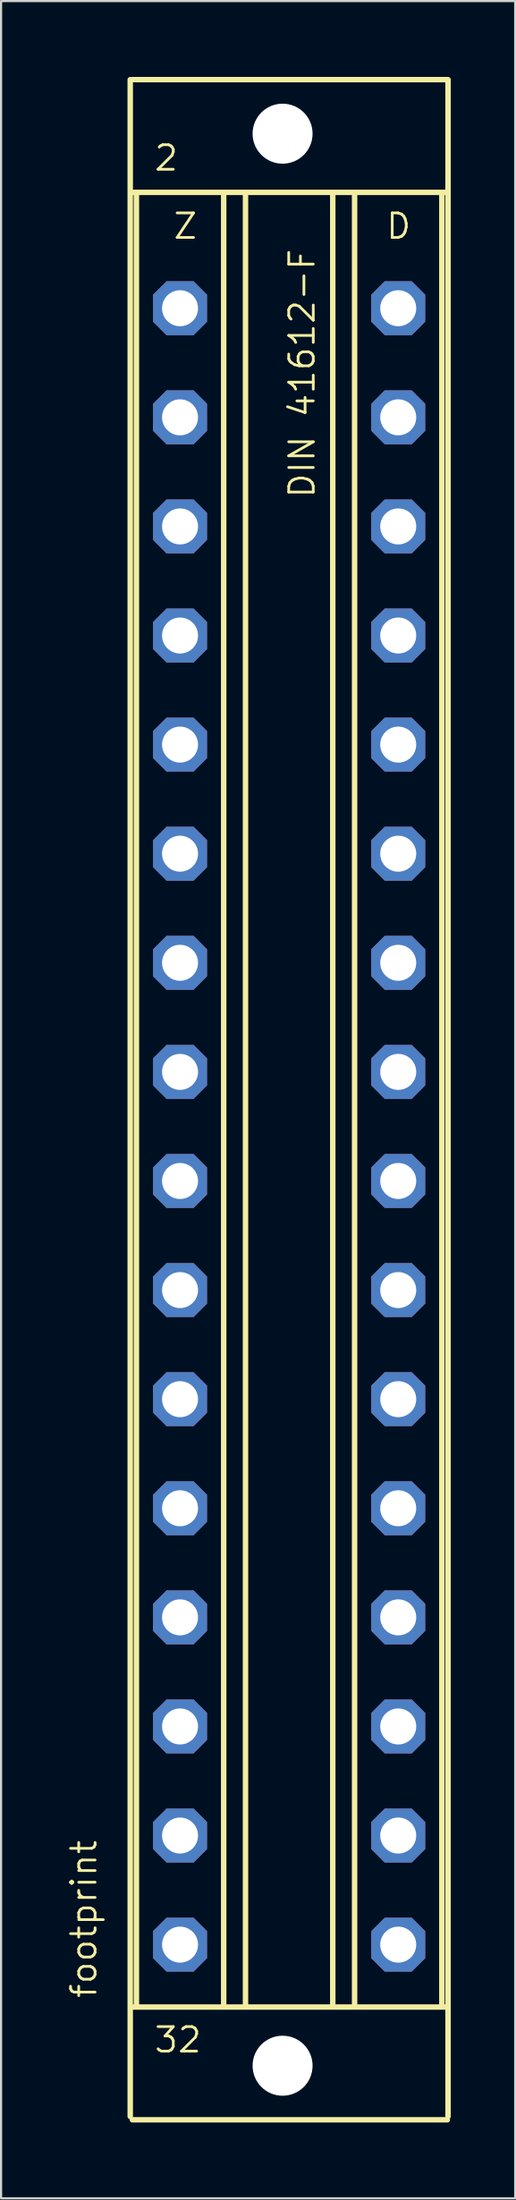
<source format=kicad_pcb>
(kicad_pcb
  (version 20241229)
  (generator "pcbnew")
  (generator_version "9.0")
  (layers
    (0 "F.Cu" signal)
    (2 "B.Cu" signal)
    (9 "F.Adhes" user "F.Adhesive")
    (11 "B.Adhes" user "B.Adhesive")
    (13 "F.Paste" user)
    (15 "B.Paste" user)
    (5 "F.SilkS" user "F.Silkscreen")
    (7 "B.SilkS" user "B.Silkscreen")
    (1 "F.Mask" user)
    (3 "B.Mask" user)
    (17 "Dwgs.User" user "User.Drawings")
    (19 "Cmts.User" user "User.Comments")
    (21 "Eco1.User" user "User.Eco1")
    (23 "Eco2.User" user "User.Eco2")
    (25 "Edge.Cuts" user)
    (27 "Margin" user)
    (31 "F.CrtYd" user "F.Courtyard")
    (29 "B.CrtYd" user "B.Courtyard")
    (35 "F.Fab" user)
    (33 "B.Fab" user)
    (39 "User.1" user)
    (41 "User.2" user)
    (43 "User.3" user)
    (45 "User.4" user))
  (footprint "footprint"
    (layer "F.Cu")
    (at 10.414 48.158)
    (property "Reference" "footprint" (at -8.89 41.91 90) (layer "F.SilkS") (effects (font (size 1.143 1.143) (thickness 0.127)) (justify left bottom)))
    (fp_line (start -7.4 47.346) (end -7.4 -47.498) (stroke (width 0.254) (type solid)) (layer "F.SilkS"))
    (fp_line (start -7.3 -47.5) (end 7.366 -47.5) (stroke (width 0.254) (type solid)) (layer "F.SilkS"))
    (fp_line (start -7.3 -42.25) (end 7.366 -42.25) (stroke (width 0.254) (type solid)) (layer "F.SilkS"))
    (fp_line (start -7.3 42.25) (end 7.366 42.25) (stroke (width 0.254) (type solid)) (layer "F.SilkS"))
    (fp_line (start -7.3 47.5) (end 7.366 47.5) (stroke (width 0.254) (type solid)) (layer "F.SilkS"))
    (fp_line (start -7.112 -42.164) (end -7.112 42.164) (stroke (width 0.254) (type solid)) (layer "F.SilkS"))
    (fp_line (start -3.048 -42.164) (end -3.048 42.164) (stroke (width 0.254) (type solid)) (layer "F.SilkS"))
    (fp_line (start -2.032 -42.164) (end -2.032 42.164) (stroke (width 0.254) (type solid)) (layer "F.SilkS"))
    (fp_line (start 2.032 -42.164) (end 2.032 42.164) (stroke (width 0.254) (type solid)) (layer "F.SilkS"))
    (fp_line (start 3.048 -42.164) (end 3.048 42.164) (stroke (width 0.254) (type solid)) (layer "F.SilkS"))
    (fp_line (start 7.112 -42.164) (end 7.112 42.164) (stroke (width 0.254) (type solid)) (layer "F.SilkS"))
    (fp_line (start 7.4 47.346) (end 7.4 -47.498) (stroke (width 0.254) (type solid)) (layer "F.SilkS"))
    (fp_text user "Z" (at -5.461 -40.005 0) (layer "F.SilkS") (effects (font (size 1.143 1.143) (thickness 0.127)) (justify left bottom)))
    (fp_text user "32" (at -6.35 44.45 0) (layer "F.SilkS") (effects (font (size 1.143 1.143) (thickness 0.127)) (justify left bottom)))
    (fp_text user "D" (at 4.445 -40.005 0) (layer "F.SilkS") (effects (font (size 1.143 1.143) (thickness 0.127)) (justify left bottom)))
    (fp_text user "2" (at -6.35 -43.18 0) (layer "F.SilkS") (effects (font (size 1.143 1.143) (thickness 0.127)) (justify left bottom)))
    (fp_text user "DIN 41612-F" (at 1.27 -27.94 90) (layer "F.SilkS") (effects (font (size 1.143 1.143) (thickness 0.127)) (justify left bottom)))
    (pad "" np_thru_hole circle (at -0.305 -44.983) (size 2.794 2.794) (drill 2.794) (layers "*.Cu" "*.Mask"))
    (pad "" np_thru_hole circle (at -0.305 44.983) (size 2.794 2.794) (drill 2.794) (layers "*.Cu" "*.Mask"))
    (pad "D2" thru_hole roundrect (at 5.08 -36.855) (size 2.515 2.515) (drill 1.676) (layers "*.Cu" "*.Mask") (roundrect_rratio 0.25) (chamfer_ratio 0.25) (chamfer top_left top_right bottom_left bottom_right))
    (pad "D4" thru_hole roundrect (at 5.08 -31.775) (size 2.515 2.515) (drill 1.676) (layers "*.Cu" "*.Mask") (roundrect_rratio 0.25) (chamfer_ratio 0.25) (chamfer top_left top_right bottom_left bottom_right))
    (pad "D6" thru_hole roundrect (at 5.08 -26.695) (size 2.515 2.515) (drill 1.676) (layers "*.Cu" "*.Mask") (roundrect_rratio 0.25) (chamfer_ratio 0.25) (chamfer top_left top_right bottom_left bottom_right))
    (pad "D8" thru_hole roundrect (at 5.08 -21.615) (size 2.515 2.515) (drill 1.676) (layers "*.Cu" "*.Mask") (roundrect_rratio 0.25) (chamfer_ratio 0.25) (chamfer top_left top_right bottom_left bottom_right))
    (pad "D10" thru_hole roundrect (at 5.08 -16.535) (size 2.515 2.515) (drill 1.676) (layers "*.Cu" "*.Mask") (roundrect_rratio 0.25) (chamfer_ratio 0.25) (chamfer top_left top_right bottom_left bottom_right))
    (pad "D12" thru_hole roundrect (at 5.08 -11.455) (size 2.515 2.515) (drill 1.676) (layers "*.Cu" "*.Mask") (roundrect_rratio 0.25) (chamfer_ratio 0.25) (chamfer top_left top_right bottom_left bottom_right))
    (pad "D14" thru_hole roundrect (at 5.08 -6.375) (size 2.515 2.515) (drill 1.676) (layers "*.Cu" "*.Mask") (roundrect_rratio 0.25) (chamfer_ratio 0.25) (chamfer top_left top_right bottom_left bottom_right))
    (pad "D16" thru_hole roundrect (at 5.08 -1.295) (size 2.515 2.515) (drill 1.676) (layers "*.Cu" "*.Mask") (roundrect_rratio 0.25) (chamfer_ratio 0.25) (chamfer top_left top_right bottom_left bottom_right))
    (pad "D18" thru_hole roundrect (at 5.08 3.785) (size 2.515 2.515) (drill 1.676) (layers "*.Cu" "*.Mask") (roundrect_rratio 0.25) (chamfer_ratio 0.25) (chamfer top_left top_right bottom_left bottom_right))
    (pad "D20" thru_hole roundrect (at 5.08 8.865) (size 2.515 2.515) (drill 1.676) (layers "*.Cu" "*.Mask") (roundrect_rratio 0.25) (chamfer_ratio 0.25) (chamfer top_left top_right bottom_left bottom_right))
    (pad "D22" thru_hole roundrect (at 5.08 13.945) (size 2.515 2.515) (drill 1.676) (layers "*.Cu" "*.Mask") (roundrect_rratio 0.25) (chamfer_ratio 0.25) (chamfer top_left top_right bottom_left bottom_right))
    (pad "D24" thru_hole roundrect (at 5.08 19.025) (size 2.515 2.515) (drill 1.676) (layers "*.Cu" "*.Mask") (roundrect_rratio 0.25) (chamfer_ratio 0.25) (chamfer top_left top_right bottom_left bottom_right))
    (pad "D26" thru_hole roundrect (at 5.08 24.105) (size 2.515 2.515) (drill 1.676) (layers "*.Cu" "*.Mask") (roundrect_rratio 0.25) (chamfer_ratio 0.25) (chamfer top_left top_right bottom_left bottom_right))
    (pad "D28" thru_hole roundrect (at 5.08 29.185) (size 2.515 2.515) (drill 1.676) (layers "*.Cu" "*.Mask") (roundrect_rratio 0.25) (chamfer_ratio 0.25) (chamfer top_left top_right bottom_left bottom_right))
    (pad "D30" thru_hole roundrect (at 5.08 34.265) (size 2.515 2.515) (drill 1.676) (layers "*.Cu" "*.Mask") (roundrect_rratio 0.25) (chamfer_ratio 0.25) (chamfer top_left top_right bottom_left bottom_right))
    (pad "D32" thru_hole roundrect (at 5.08 39.345) (size 2.515 2.515) (drill 1.676) (layers "*.Cu" "*.Mask") (roundrect_rratio 0.25) (chamfer_ratio 0.25) (chamfer top_left top_right bottom_left bottom_right))
    (pad "Z2" thru_hole roundrect (at -5.08 -36.855) (size 2.515 2.515) (drill 1.676) (layers "*.Cu" "*.Mask") (roundrect_rratio 0.25) (chamfer_ratio 0.25) (chamfer top_left top_right bottom_left bottom_right))
    (pad "Z4" thru_hole roundrect (at -5.08 -31.775) (size 2.515 2.515) (drill 1.676) (layers "*.Cu" "*.Mask") (roundrect_rratio 0.25) (chamfer_ratio 0.25) (chamfer top_left top_right bottom_left bottom_right))
    (pad "Z6" thru_hole roundrect (at -5.08 -26.695) (size 2.515 2.515) (drill 1.676) (layers "*.Cu" "*.Mask") (roundrect_rratio 0.25) (chamfer_ratio 0.25) (chamfer top_left top_right bottom_left bottom_right))
    (pad "Z8" thru_hole roundrect (at -5.08 -21.615) (size 2.515 2.515) (drill 1.676) (layers "*.Cu" "*.Mask") (roundrect_rratio 0.25) (chamfer_ratio 0.25) (chamfer top_left top_right bottom_left bottom_right))
    (pad "Z10" thru_hole roundrect (at -5.08 -16.535) (size 2.515 2.515) (drill 1.676) (layers "*.Cu" "*.Mask") (roundrect_rratio 0.25) (chamfer_ratio 0.25) (chamfer top_left top_right bottom_left bottom_right))
    (pad "Z12" thru_hole roundrect (at -5.08 -11.455) (size 2.515 2.515) (drill 1.676) (layers "*.Cu" "*.Mask") (roundrect_rratio 0.25) (chamfer_ratio 0.25) (chamfer top_left top_right bottom_left bottom_right))
    (pad "Z14" thru_hole roundrect (at -5.08 -6.375) (size 2.515 2.515) (drill 1.676) (layers "*.Cu" "*.Mask") (roundrect_rratio 0.25) (chamfer_ratio 0.25) (chamfer top_left top_right bottom_left bottom_right))
    (pad "Z16" thru_hole roundrect (at -5.08 -1.295) (size 2.515 2.515) (drill 1.676) (layers "*.Cu" "*.Mask") (roundrect_rratio 0.25) (chamfer_ratio 0.25) (chamfer top_left top_right bottom_left bottom_right))
    (pad "Z18" thru_hole roundrect (at -5.08 3.785) (size 2.515 2.515) (drill 1.676) (layers "*.Cu" "*.Mask") (roundrect_rratio 0.25) (chamfer_ratio 0.25) (chamfer top_left top_right bottom_left bottom_right))
    (pad "Z20" thru_hole roundrect (at -5.08 8.865) (size 2.515 2.515) (drill 1.676) (layers "*.Cu" "*.Mask") (roundrect_rratio 0.25) (chamfer_ratio 0.25) (chamfer top_left top_right bottom_left bottom_right))
    (pad "Z22" thru_hole roundrect (at -5.08 13.945) (size 2.515 2.515) (drill 1.676) (layers "*.Cu" "*.Mask") (roundrect_rratio 0.25) (chamfer_ratio 0.25) (chamfer top_left top_right bottom_left bottom_right))
    (pad "Z24" thru_hole roundrect (at -5.08 19.025) (size 2.515 2.515) (drill 1.676) (layers "*.Cu" "*.Mask") (roundrect_rratio 0.25) (chamfer_ratio 0.25) (chamfer top_left top_right bottom_left bottom_right))
    (pad "Z26" thru_hole roundrect (at -5.08 24.105) (size 2.515 2.515) (drill 1.676) (layers "*.Cu" "*.Mask") (roundrect_rratio 0.25) (chamfer_ratio 0.25) (chamfer top_left top_right bottom_left bottom_right))
    (pad "Z28" thru_hole roundrect (at -5.08 29.185) (size 2.515 2.515) (drill 1.676) (layers "*.Cu" "*.Mask") (roundrect_rratio 0.25) (chamfer_ratio 0.25) (chamfer top_left top_right bottom_left bottom_right))
    (pad "Z30" thru_hole roundrect (at -5.08 34.265) (size 2.515 2.515) (drill 1.676) (layers "*.Cu" "*.Mask") (roundrect_rratio 0.25) (chamfer_ratio 0.25) (chamfer top_left top_right bottom_left bottom_right))
    (pad "Z32" thru_hole roundrect (at -5.08 39.345) (size 2.515 2.515) (drill 1.676) (layers "*.Cu" "*.Mask") (roundrect_rratio 0.25) (chamfer_ratio 0.25) (chamfer top_left top_right bottom_left bottom_right))
    (zone (net_name "") (layers "F.Cu" "B.Cu") (hatch edge 0.508) (connect_pads) (min_thickness 0.254) (filled_areas_thickness no) (keepout (tracks allowed) (vias not_allowed) (pads allowed) (copperpour allowed) (footprints allowed)) (placement (enabled no)) (fill) (polygon (pts (xy 13.284 3.175) (xy 13.236 2.624) (xy 13.093 2.089) (xy 12.859 1.587) (xy 12.541 1.134) (xy 12.15 0.743) (xy 11.697 0.425) (xy 11.195 0.191) (xy 10.661 0.048) (xy 10.109 0) (xy 9.558 0.048) (xy 9.023 0.191) (xy 8.522 0.425) (xy 8.068 0.743) (xy 7.677 1.134) (xy 7.36 1.587) (xy 7.126 2.089) (xy 6.982 2.624) (xy 6.934 3.175) (xy 6.982 3.726) (xy 7.126 4.261) (xy 7.36 4.763) (xy 7.677 5.216) (xy 8.068 5.607) (xy 8.522 5.925) (xy 9.023 6.159) (xy 9.558 6.302) (xy 10.109 6.35) (xy 10.661 6.302) (xy 11.195 6.159) (xy 11.697 5.925) (xy 12.15 5.607) (xy 12.541 5.216) (xy 12.859 4.763) (xy 13.093 4.261) (xy 13.236 3.726))) (polygon (pts (xy 11.506 3.175) (xy 11.485 2.932) (xy 11.422 2.697) (xy 11.319 2.477) (xy 11.179 2.277) (xy 11.007 2.105) (xy 10.808 1.965) (xy 10.587 1.862) (xy 10.352 1.799) (xy 10.109 1.778) (xy 9.867 1.799) (xy 9.631 1.862) (xy 9.411 1.965) (xy 9.211 2.105) (xy 9.039 2.277) (xy 8.899 2.477) (xy 8.796 2.697) (xy 8.733 2.932) (xy 8.712 3.175) (xy 8.733 3.418) (xy 8.796 3.653) (xy 8.899 3.873) (xy 9.039 4.073) (xy 9.211 4.245) (xy 9.411 4.385) (xy 9.631 4.488) (xy 9.867 4.551) (xy 10.109 4.572) (xy 10.352 4.551) (xy 10.587 4.488) (xy 10.808 4.385) (xy 11.007 4.245) (xy 11.179 4.073) (xy 11.319 3.873) (xy 11.422 3.653) (xy 11.485 3.418))))
    (zone (net_name "") (layers "F.Cu" "B.Cu") (hatch edge 0.508) (connect_pads) (min_thickness 0.254) (filled_areas_thickness no) (keepout (tracks allowed) (vias not_allowed) (pads allowed) (copperpour allowed) (footprints allowed)) (placement (enabled no)) (fill) (polygon (pts (xy 13.284 93.142) (xy 13.236 92.59) (xy 13.093 92.056) (xy 12.859 91.554) (xy 12.541 91.101) (xy 12.15 90.71) (xy 11.697 90.392) (xy 11.195 90.158) (xy 10.661 90.015) (xy 10.109 89.967) (xy 9.558 90.015) (xy 9.023 90.158) (xy 8.522 90.392) (xy 8.068 90.71) (xy 7.677 91.101) (xy 7.36 91.554) (xy 7.126 92.056) (xy 6.982 92.59) (xy 6.934 93.142) (xy 6.982 93.693) (xy 7.126 94.228) (xy 7.36 94.729) (xy 7.677 95.183) (xy 8.068 95.574) (xy 8.522 95.891) (xy 9.023 96.125) (xy 9.558 96.269) (xy 10.109 96.317) (xy 10.661 96.269) (xy 11.195 96.125) (xy 11.697 95.891) (xy 12.15 95.574) (xy 12.541 95.183) (xy 12.859 94.729) (xy 13.093 94.228) (xy 13.236 93.693))) (polygon (pts (xy 11.506 93.142) (xy 11.485 92.899) (xy 11.422 92.664) (xy 11.319 92.443) (xy 11.179 92.244) (xy 11.007 92.072) (xy 10.808 91.932) (xy 10.587 91.829) (xy 10.352 91.766) (xy 10.109 91.745) (xy 9.867 91.766) (xy 9.631 91.829) (xy 9.411 91.932) (xy 9.211 92.072) (xy 9.039 92.244) (xy 8.899 92.443) (xy 8.796 92.664) (xy 8.733 92.899) (xy 8.712 93.142) (xy 8.733 93.384) (xy 8.796 93.62) (xy 8.899 93.84) (xy 9.039 94.04) (xy 9.211 94.212) (xy 9.411 94.352) (xy 9.631 94.455) (xy 9.867 94.518) (xy 10.109 94.539) (xy 10.352 94.518) (xy 10.587 94.455) (xy 10.808 94.352) (xy 11.007 94.212) (xy 11.179 94.04) (xy 11.319 93.84) (xy 11.422 93.62) (xy 11.485 93.384))))
    (zone (net_name "") (layer "B.Cu") (hatch edge 0.508) (connect_pads) (min_thickness 0.254) (filled_areas_thickness no) (keepout (tracks not_allowed) (vias not_allowed) (pads not_allowed) (copperpour not_allowed) (footprints allowed)) (placement (enabled no)) (fill) (polygon (pts (xy 13.284 3.175) (xy 13.236 2.624) (xy 13.093 2.089) (xy 12.859 1.587) (xy 12.541 1.134) (xy 12.15 0.743) (xy 11.697 0.425) (xy 11.195 0.191) (xy 10.661 0.048) (xy 10.109 0) (xy 9.558 0.048) (xy 9.023 0.191) (xy 8.522 0.425) (xy 8.068 0.743) (xy 7.677 1.134) (xy 7.36 1.587) (xy 7.126 2.089) (xy 6.982 2.624) (xy 6.934 3.175) (xy 6.982 3.726) (xy 7.126 4.261) (xy 7.36 4.763) (xy 7.677 5.216) (xy 8.068 5.607) (xy 8.522 5.925) (xy 9.023 6.159) (xy 9.558 6.302) (xy 10.109 6.35) (xy 10.661 6.302) (xy 11.195 6.159) (xy 11.697 5.925) (xy 12.15 5.607) (xy 12.541 5.216) (xy 12.859 4.763) (xy 13.093 4.261) (xy 13.236 3.726))) (polygon (pts (xy 11.506 3.175) (xy 11.485 2.932) (xy 11.422 2.697) (xy 11.319 2.477) (xy 11.179 2.277) (xy 11.007 2.105) (xy 10.808 1.965) (xy 10.587 1.862) (xy 10.352 1.799) (xy 10.109 1.778) (xy 9.867 1.799) (xy 9.631 1.862) (xy 9.411 1.965) (xy 9.211 2.105) (xy 9.039 2.277) (xy 8.899 2.477) (xy 8.796 2.697) (xy 8.733 2.932) (xy 8.712 3.175) (xy 8.733 3.418) (xy 8.796 3.653) (xy 8.899 3.873) (xy 9.039 4.073) (xy 9.211 4.245) (xy 9.411 4.385) (xy 9.631 4.488) (xy 9.867 4.551) (xy 10.109 4.572) (xy 10.352 4.551) (xy 10.587 4.488) (xy 10.808 4.385) (xy 11.007 4.245) (xy 11.179 4.073) (xy 11.319 3.873) (xy 11.422 3.653) (xy 11.485 3.418))))
    (zone (net_name "") (layer "B.Cu") (hatch edge 0.508) (connect_pads) (min_thickness 0.254) (filled_areas_thickness no) (keepout (tracks not_allowed) (vias not_allowed) (pads not_allowed) (copperpour not_allowed) (footprints allowed)) (placement (enabled no)) (fill) (polygon (pts (xy 13.284 93.142) (xy 13.236 92.59) (xy 13.093 92.056) (xy 12.859 91.554) (xy 12.541 91.101) (xy 12.15 90.71) (xy 11.697 90.392) (xy 11.195 90.158) (xy 10.661 90.015) (xy 10.109 89.967) (xy 9.558 90.015) (xy 9.023 90.158) (xy 8.522 90.392) (xy 8.068 90.71) (xy 7.677 91.101) (xy 7.36 91.554) (xy 7.126 92.056) (xy 6.982 92.59) (xy 6.934 93.142) (xy 6.982 93.693) (xy 7.126 94.228) (xy 7.36 94.729) (xy 7.677 95.183) (xy 8.068 95.574) (xy 8.522 95.891) (xy 9.023 96.125) (xy 9.558 96.269) (xy 10.109 96.317) (xy 10.661 96.269) (xy 11.195 96.125) (xy 11.697 95.891) (xy 12.15 95.574) (xy 12.541 95.183) (xy 12.859 94.729) (xy 13.093 94.228) (xy 13.236 93.693))) (polygon (pts (xy 11.506 93.142) (xy 11.485 92.899) (xy 11.422 92.664) (xy 11.319 92.443) (xy 11.179 92.244) (xy 11.007 92.072) (xy 10.808 91.932) (xy 10.587 91.829) (xy 10.352 91.766) (xy 10.109 91.745) (xy 9.867 91.766) (xy 9.631 91.829) (xy 9.411 91.932) (xy 9.211 92.072) (xy 9.039 92.244) (xy 8.899 92.443) (xy 8.796 92.664) (xy 8.733 92.899) (xy 8.712 93.142) (xy 8.733 93.384) (xy 8.796 93.62) (xy 8.899 93.84) (xy 9.039 94.04) (xy 9.211 94.212) (xy 9.411 94.352) (xy 9.631 94.455) (xy 9.867 94.518) (xy 10.109 94.539) (xy 10.352 94.518) (xy 10.587 94.455) (xy 10.808 94.352) (xy 11.007 94.212) (xy 11.179 94.04) (xy 11.319 93.84) (xy 11.422 93.62) (xy 11.485 93.384)))))
  (gr_rect
    (start -3 -3)
    (end 20.941 99.317)
    (stroke (width 0.1) (type default))
    (fill no)
    (layer "Edge.Cuts")))
</source>
